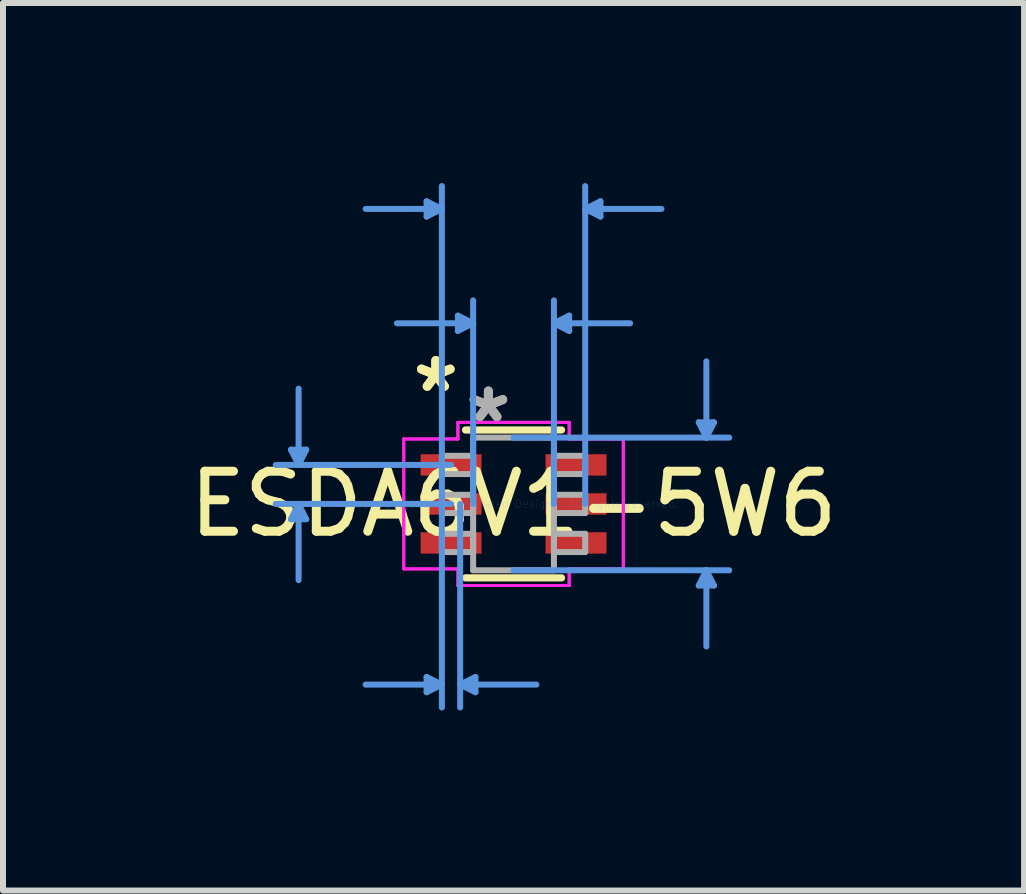
<source format=kicad_pcb>
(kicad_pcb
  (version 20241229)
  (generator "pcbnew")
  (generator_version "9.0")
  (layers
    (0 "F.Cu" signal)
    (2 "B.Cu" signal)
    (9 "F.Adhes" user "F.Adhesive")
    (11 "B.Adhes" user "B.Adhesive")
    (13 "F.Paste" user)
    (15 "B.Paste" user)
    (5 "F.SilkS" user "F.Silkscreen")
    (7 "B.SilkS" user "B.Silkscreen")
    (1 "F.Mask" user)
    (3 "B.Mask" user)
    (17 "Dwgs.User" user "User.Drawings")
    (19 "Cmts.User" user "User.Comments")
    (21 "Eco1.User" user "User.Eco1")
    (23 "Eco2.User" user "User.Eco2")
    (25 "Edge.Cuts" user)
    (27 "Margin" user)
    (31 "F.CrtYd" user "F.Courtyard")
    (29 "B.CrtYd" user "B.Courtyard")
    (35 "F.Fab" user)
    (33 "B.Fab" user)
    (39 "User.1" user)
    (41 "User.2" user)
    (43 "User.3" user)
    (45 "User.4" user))
  (footprint "ESDA6V1-5W6"
    (layer "F.Cu")
    (at 5.506 5.346)
    (property "Reference" "ESDA6V1-5W6" (at 0 0 0) (layer "F.SilkS") (effects (font (size 1 1) (thickness 0.15))))
    (attr through_hole)
    (fp_line (start -0.8 1.232) (end 0.8 1.232) (stroke (width 0.12) (type solid)) (layer "F.SilkS"))
    (fp_line (start 0.8 -1.232) (end -0.8 -1.232) (stroke (width 0.12) (type solid)) (layer "F.SilkS"))
    (fp_line (start -3.708 -0.904) (end -3.454 -0.904) (stroke (width 0.1) (type solid)) (layer "Cmts.User"))
    (fp_line (start -3.708 0.254) (end -3.454 0.254) (stroke (width 0.1) (type solid)) (layer "Cmts.User"))
    (fp_line (start -3.581 -0.65) (end -3.708 -0.904) (stroke (width 0.1) (type solid)) (layer "Cmts.User"))
    (fp_line (start -3.581 -0.65) (end -3.581 -1.92) (stroke (width 0.1) (type solid)) (layer "Cmts.User"))
    (fp_line (start -3.581 -0.65) (end -3.454 -0.904) (stroke (width 0.1) (type solid)) (layer "Cmts.User"))
    (fp_line (start -3.581 0) (end -3.708 0.254) (stroke (width 0.1) (type solid)) (layer "Cmts.User"))
    (fp_line (start -3.581 0) (end -3.581 1.27) (stroke (width 0.1) (type solid)) (layer "Cmts.User"))
    (fp_line (start -3.581 0) (end -3.454 0.254) (stroke (width 0.1) (type solid)) (layer "Cmts.User"))
    (fp_line (start -1.448 -5.042) (end -1.448 -4.788) (stroke (width 0.1) (type solid)) (layer "Cmts.User"))
    (fp_line (start -1.448 2.883) (end -1.448 3.137) (stroke (width 0.1) (type solid)) (layer "Cmts.User"))
    (fp_line (start -1.194 -4.915) (end -2.464 -4.915) (stroke (width 0.1) (type solid)) (layer "Cmts.User"))
    (fp_line (start -1.194 -4.915) (end -1.448 -5.042) (stroke (width 0.1) (type solid)) (layer "Cmts.User"))
    (fp_line (start -1.194 -4.915) (end -1.448 -4.788) (stroke (width 0.1) (type solid)) (layer "Cmts.User"))
    (fp_line (start -1.194 0) (end -1.194 -5.296) (stroke (width 0.1) (type solid)) (layer "Cmts.User"))
    (fp_line (start -1.194 0) (end -1.194 3.391) (stroke (width 0.1) (type solid)) (layer "Cmts.User"))
    (fp_line (start -1.194 3.01) (end -2.464 3.01) (stroke (width 0.1) (type solid)) (layer "Cmts.User"))
    (fp_line (start -1.194 3.01) (end -1.448 2.883) (stroke (width 0.1) (type solid)) (layer "Cmts.User"))
    (fp_line (start -1.194 3.01) (end -1.448 3.137) (stroke (width 0.1) (type solid)) (layer "Cmts.User"))
    (fp_line (start -1.041 -0.65) (end -3.962 -0.65) (stroke (width 0.1) (type solid)) (layer "Cmts.User"))
    (fp_line (start -1.041 0) (end -3.962 0) (stroke (width 0.1) (type solid)) (layer "Cmts.User"))
    (fp_line (start -0.927 -3.137) (end -0.927 -2.883) (stroke (width 0.1) (type solid)) (layer "Cmts.User"))
    (fp_line (start -0.889 0) (end -0.889 3.391) (stroke (width 0.1) (type solid)) (layer "Cmts.User"))
    (fp_line (start -0.889 3.01) (end -0.635 2.883) (stroke (width 0.1) (type solid)) (layer "Cmts.User"))
    (fp_line (start -0.889 3.01) (end -0.635 3.137) (stroke (width 0.1) (type solid)) (layer "Cmts.User"))
    (fp_line (start -0.889 3.01) (end 0.381 3.01) (stroke (width 0.1) (type solid)) (layer "Cmts.User"))
    (fp_line (start -0.673 -3.01) (end -1.943 -3.01) (stroke (width 0.1) (type solid)) (layer "Cmts.User"))
    (fp_line (start -0.673 -3.01) (end -0.927 -3.137) (stroke (width 0.1) (type solid)) (layer "Cmts.User"))
    (fp_line (start -0.673 -3.01) (end -0.927 -2.883) (stroke (width 0.1) (type solid)) (layer "Cmts.User"))
    (fp_line (start -0.673 0) (end -0.673 -3.391) (stroke (width 0.1) (type solid)) (layer "Cmts.User"))
    (fp_line (start -0.635 2.883) (end -0.635 3.137) (stroke (width 0.1) (type solid)) (layer "Cmts.User"))
    (fp_line (start 0 -1.105) (end 3.594 -1.105) (stroke (width 0.1) (type solid)) (layer "Cmts.User"))
    (fp_line (start 0 1.105) (end 3.594 1.105) (stroke (width 0.1) (type solid)) (layer "Cmts.User"))
    (fp_line (start 0.673 -3.01) (end 0.927 -3.137) (stroke (width 0.1) (type solid)) (layer "Cmts.User"))
    (fp_line (start 0.673 -3.01) (end 0.927 -2.883) (stroke (width 0.1) (type solid)) (layer "Cmts.User"))
    (fp_line (start 0.673 -3.01) (end 1.943 -3.01) (stroke (width 0.1) (type solid)) (layer "Cmts.User"))
    (fp_line (start 0.673 0) (end 0.673 -3.391) (stroke (width 0.1) (type solid)) (layer "Cmts.User"))
    (fp_line (start 0.927 -3.137) (end 0.927 -2.883) (stroke (width 0.1) (type solid)) (layer "Cmts.User"))
    (fp_line (start 1.194 -4.915) (end 1.448 -5.042) (stroke (width 0.1) (type solid)) (layer "Cmts.User"))
    (fp_line (start 1.194 -4.915) (end 1.448 -4.788) (stroke (width 0.1) (type solid)) (layer "Cmts.User"))
    (fp_line (start 1.194 -4.915) (end 2.464 -4.915) (stroke (width 0.1) (type solid)) (layer "Cmts.User"))
    (fp_line (start 1.194 0) (end 1.194 -5.296) (stroke (width 0.1) (type solid)) (layer "Cmts.User"))
    (fp_line (start 1.448 -5.042) (end 1.448 -4.788) (stroke (width 0.1) (type solid)) (layer "Cmts.User"))
    (fp_line (start 3.086 -1.359) (end 3.34 -1.359) (stroke (width 0.1) (type solid)) (layer "Cmts.User"))
    (fp_line (start 3.086 1.359) (end 3.34 1.359) (stroke (width 0.1) (type solid)) (layer "Cmts.User"))
    (fp_line (start 3.213 -1.105) (end 3.086 -1.359) (stroke (width 0.1) (type solid)) (layer "Cmts.User"))
    (fp_line (start 3.213 -1.105) (end 3.213 -2.375) (stroke (width 0.1) (type solid)) (layer "Cmts.User"))
    (fp_line (start 3.213 -1.105) (end 3.34 -1.359) (stroke (width 0.1) (type solid)) (layer "Cmts.User"))
    (fp_line (start 3.213 1.105) (end 3.086 1.359) (stroke (width 0.1) (type solid)) (layer "Cmts.User"))
    (fp_line (start 3.213 1.105) (end 3.213 2.375) (stroke (width 0.1) (type solid)) (layer "Cmts.User"))
    (fp_line (start 3.213 1.105) (end 3.34 1.359) (stroke (width 0.1) (type solid)) (layer "Cmts.User"))
    (fp_line (start -1.829 -1.082) (end -0.927 -1.082) (stroke (width 0.05) (type solid)) (layer "F.CrtYd"))
    (fp_line (start -1.829 -1.082) (end -0.927 -1.082) (stroke (width 0.05) (type solid)) (layer "F.CrtYd"))
    (fp_line (start -1.829 1.082) (end -1.829 -1.082) (stroke (width 0.05) (type solid)) (layer "F.CrtYd"))
    (fp_line (start -1.829 1.082) (end -1.829 -1.082) (stroke (width 0.05) (type solid)) (layer "F.CrtYd"))
    (fp_line (start -0.927 -1.359) (end 0.927 -1.359) (stroke (width 0.05) (type solid)) (layer "F.CrtYd"))
    (fp_line (start -0.927 -1.359) (end 0.927 -1.359) (stroke (width 0.05) (type solid)) (layer "F.CrtYd"))
    (fp_line (start -0.927 -1.082) (end -0.927 -1.359) (stroke (width 0.05) (type solid)) (layer "F.CrtYd"))
    (fp_line (start -0.927 -1.082) (end -0.927 -1.359) (stroke (width 0.05) (type solid)) (layer "F.CrtYd"))
    (fp_line (start -0.927 1.082) (end -1.829 1.082) (stroke (width 0.05) (type solid)) (layer "F.CrtYd"))
    (fp_line (start -0.927 1.082) (end -1.829 1.082) (stroke (width 0.05) (type solid)) (layer "F.CrtYd"))
    (fp_line (start -0.927 1.359) (end -0.927 1.082) (stroke (width 0.05) (type solid)) (layer "F.CrtYd"))
    (fp_line (start -0.927 1.359) (end -0.927 1.082) (stroke (width 0.05) (type solid)) (layer "F.CrtYd"))
    (fp_line (start 0.927 -1.359) (end 0.927 -1.082) (stroke (width 0.05) (type solid)) (layer "F.CrtYd"))
    (fp_line (start 0.927 -1.359) (end 0.927 -1.082) (stroke (width 0.05) (type solid)) (layer "F.CrtYd"))
    (fp_line (start 0.927 -1.082) (end 1.829 -1.082) (stroke (width 0.05) (type solid)) (layer "F.CrtYd"))
    (fp_line (start 0.927 -1.082) (end 1.829 -1.082) (stroke (width 0.05) (type solid)) (layer "F.CrtYd"))
    (fp_line (start 0.927 1.082) (end 0.927 1.359) (stroke (width 0.05) (type solid)) (layer "F.CrtYd"))
    (fp_line (start 0.927 1.082) (end 0.927 1.359) (stroke (width 0.05) (type solid)) (layer "F.CrtYd"))
    (fp_line (start 0.927 1.359) (end -0.927 1.359) (stroke (width 0.05) (type solid)) (layer "F.CrtYd"))
    (fp_line (start 0.927 1.359) (end -0.927 1.359) (stroke (width 0.05) (type solid)) (layer "F.CrtYd"))
    (fp_line (start 1.829 -1.082) (end 1.829 1.082) (stroke (width 0.05) (type solid)) (layer "F.CrtYd"))
    (fp_line (start 1.829 -1.082) (end 1.829 1.082) (stroke (width 0.05) (type solid)) (layer "F.CrtYd"))
    (fp_line (start 1.829 1.082) (end 0.927 1.082) (stroke (width 0.05) (type solid)) (layer "F.CrtYd"))
    (fp_line (start 1.829 1.082) (end 0.927 1.082) (stroke (width 0.05) (type solid)) (layer "F.CrtYd"))
    (fp_line (start -1.194 -0.802) (end -1.194 -0.498) (stroke (width 0.1) (type solid)) (layer "F.Fab"))
    (fp_line (start -1.194 -0.498) (end -0.673 -0.498) (stroke (width 0.1) (type solid)) (layer "F.Fab"))
    (fp_line (start -1.194 -0.152) (end -1.194 0.152) (stroke (width 0.1) (type solid)) (layer "F.Fab"))
    (fp_line (start -1.194 0.152) (end -0.673 0.152) (stroke (width 0.1) (type solid)) (layer "F.Fab"))
    (fp_line (start -1.194 0.498) (end -1.194 0.802) (stroke (width 0.1) (type solid)) (layer "F.Fab"))
    (fp_line (start -1.194 0.802) (end -0.673 0.802) (stroke (width 0.1) (type solid)) (layer "F.Fab"))
    (fp_line (start -0.673 -1.105) (end -0.673 1.105) (stroke (width 0.1) (type solid)) (layer "F.Fab"))
    (fp_line (start -0.673 -0.802) (end -1.194 -0.802) (stroke (width 0.1) (type solid)) (layer "F.Fab"))
    (fp_line (start -0.673 -0.498) (end -0.673 -0.802) (stroke (width 0.1) (type solid)) (layer "F.Fab"))
    (fp_line (start -0.673 -0.152) (end -1.194 -0.152) (stroke (width 0.1) (type solid)) (layer "F.Fab"))
    (fp_line (start -0.673 0.152) (end -0.673 -0.152) (stroke (width 0.1) (type solid)) (layer "F.Fab"))
    (fp_line (start -0.673 0.498) (end -1.194 0.498) (stroke (width 0.1) (type solid)) (layer "F.Fab"))
    (fp_line (start -0.673 0.802) (end -0.673 0.498) (stroke (width 0.1) (type solid)) (layer "F.Fab"))
    (fp_line (start -0.673 1.105) (end 0.673 1.105) (stroke (width 0.1) (type solid)) (layer "F.Fab"))
    (fp_line (start 0.673 -1.105) (end -0.673 -1.105) (stroke (width 0.1) (type solid)) (layer "F.Fab"))
    (fp_line (start 0.673 -0.802) (end 0.673 -0.498) (stroke (width 0.1) (type solid)) (layer "F.Fab"))
    (fp_line (start 0.673 -0.498) (end 1.194 -0.498) (stroke (width 0.1) (type solid)) (layer "F.Fab"))
    (fp_line (start 0.673 -0.152) (end 0.673 0.152) (stroke (width 0.1) (type solid)) (layer "F.Fab"))
    (fp_line (start 0.673 0.152) (end 1.194 0.152) (stroke (width 0.1) (type solid)) (layer "F.Fab"))
    (fp_line (start 0.673 0.498) (end 0.673 0.802) (stroke (width 0.1) (type solid)) (layer "F.Fab"))
    (fp_line (start 0.673 0.802) (end 1.194 0.802) (stroke (width 0.1) (type solid)) (layer "F.Fab"))
    (fp_line (start 0.673 1.105) (end 0.673 -1.105) (stroke (width 0.1) (type solid)) (layer "F.Fab"))
    (fp_line (start 1.194 -0.802) (end 0.673 -0.802) (stroke (width 0.1) (type solid)) (layer "F.Fab"))
    (fp_line (start 1.194 -0.498) (end 1.194 -0.802) (stroke (width 0.1) (type solid)) (layer "F.Fab"))
    (fp_line (start 1.194 -0.152) (end 0.673 -0.152) (stroke (width 0.1) (type solid)) (layer "F.Fab"))
    (fp_line (start 1.194 0.152) (end 1.194 -0.152) (stroke (width 0.1) (type solid)) (layer "F.Fab"))
    (fp_line (start 1.194 0.498) (end 0.673 0.498) (stroke (width 0.1) (type solid)) (layer "F.Fab"))
    (fp_line (start 1.194 0.802) (end 1.194 0.498) (stroke (width 0.1) (type solid)) (layer "F.Fab"))
    (fp_text user "*" (at -1.295 -1.844 0) (layer "F.SilkS") (effects (font (size 1 1) (thickness 0.15))))
    (fp_text user "*" (at -1.295 -1.844 0) (layer "F.SilkS") (effects (font (size 1 1) (thickness 0.15))))
    (fp_text user "Copyright 2021 Accelerated Designs. All rights reserved." (at 0 0 0) (layer "Cmts.User") (effects (font (size 0.127 0.127) (thickness 0.002))))
    (fp_text user "*" (at -0.419 -1.336 0) (layer "F.Fab") (effects (font (size 1 1) (thickness 0.15))))
    (fp_text user "*" (at -0.419 -1.336 0) (layer "F.Fab") (effects (font (size 1 1) (thickness 0.15))))
    (pad "1" smd rect (at -1.041 -0.65) (size 1.016 0.356) (layers "F.Cu" "F.Mask" "F.Paste"))
    (pad "2" smd rect (at -1.041 0) (size 1.016 0.356) (layers "F.Cu" "F.Mask" "F.Paste"))
    (pad "3" smd rect (at -1.041 0.65) (size 1.016 0.356) (layers "F.Cu" "F.Mask" "F.Paste"))
    (pad "4" smd rect (at 1.041 0.65) (size 1.016 0.356) (layers "F.Cu" "F.Mask" "F.Paste"))
    (pad "5" smd rect (at 1.041 0) (size 1.016 0.356) (layers "F.Cu" "F.Mask" "F.Paste"))
    (pad "6" smd rect (at 1.041 -0.65) (size 1.016 0.356) (layers "F.Cu" "F.Mask" "F.Paste")))
  (gr_rect
    (start -3 -3)
    (end 14.012 11.787)
    (stroke (width 0.1) (type default))
    (fill no)
    (layer "Edge.Cuts")))
</source>
